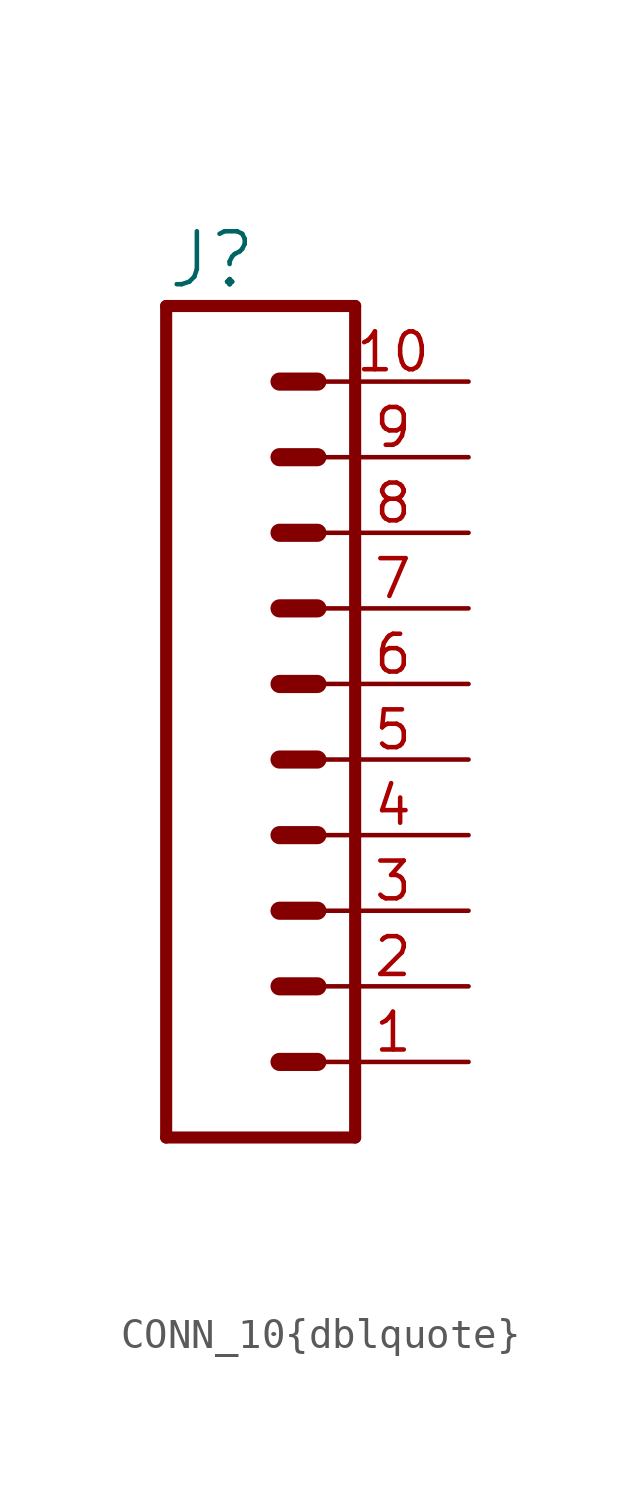
<source format=kicad_sym>
(kicad_symbol_lib
  (version 20231120)
  (generator "kicad_symbol_editor")
  (generator_version "8.0")
  (symbol "CONN_10{dblquote}"
    (property "Reference" "J"
      (at 0 8.128 0)
      (effects (font (size 1.778 1.778)) (justify left bottom)))
    (property "Value" ""
      (at 0 -22.606 0)
      (effects (font (size 1.778 1.778)) (justify left bottom)))
    (property "ki_locked" ""
      (at 0 0 0)
      (effects (font (size 1.27 1.27))))
    (symbol "CONN_10{dblquote}_1_0"
      (polyline (pts (xy 0 7.62) (xy 0 -20.32)) (stroke (width 0.406) (type solid)) (fill (type none)))
      (polyline (pts (xy 0 7.62) (xy 6.35 7.62)) (stroke (width 0.406) (type solid)) (fill (type none)))
      (polyline (pts (xy 3.81 -17.78) (xy 5.08 -17.78)) (stroke (width 0.61) (type solid)) (fill (type none)))
      (polyline (pts (xy 3.81 -15.24) (xy 5.08 -15.24)) (stroke (width 0.61) (type solid)) (fill (type none)))
      (polyline (pts (xy 3.81 -12.7) (xy 5.08 -12.7)) (stroke (width 0.61) (type solid)) (fill (type none)))
      (polyline (pts (xy 3.81 -10.16) (xy 5.08 -10.16)) (stroke (width 0.61) (type solid)) (fill (type none)))
      (polyline (pts (xy 3.81 -7.62) (xy 5.08 -7.62)) (stroke (width 0.61) (type solid)) (fill (type none)))
      (polyline (pts (xy 3.81 -5.08) (xy 5.08 -5.08)) (stroke (width 0.61) (type solid)) (fill (type none)))
      (polyline (pts (xy 3.81 -2.54) (xy 5.08 -2.54)) (stroke (width 0.61) (type solid)) (fill (type none)))
      (polyline (pts (xy 3.81 0) (xy 5.08 0)) (stroke (width 0.61) (type solid)) (fill (type none)))
      (polyline (pts (xy 3.81 2.54) (xy 5.08 2.54)) (stroke (width 0.61) (type solid)) (fill (type none)))
      (polyline (pts (xy 3.81 5.08) (xy 5.08 5.08)) (stroke (width 0.61) (type solid)) (fill (type none)))
      (polyline (pts (xy 6.35 -20.32) (xy 0 -20.32)) (stroke (width 0.406) (type solid)) (fill (type none)))
      (polyline (pts (xy 6.35 -20.32) (xy 6.35 7.62)) (stroke (width 0.406) (type solid)) (fill (type none)))
      (pin passive line (at 10.16 -17.78 180) (length 5.08) (name "1" (effects (font (size 0 0)))) (number "1" (effects (font (size 1.27 1.27)))))
      (pin passive line (at 10.16 5.08 180) (length 5.08) (name "10" (effects (font (size 0 0)))) (number "10" (effects (font (size 1.27 1.27)))))
      (pin passive line (at 10.16 -15.24 180) (length 5.08) (name "2" (effects (font (size 0 0)))) (number "2" (effects (font (size 1.27 1.27)))))
      (pin passive line (at 10.16 -12.7 180) (length 5.08) (name "3" (effects (font (size 0 0)))) (number "3" (effects (font (size 1.27 1.27)))))
      (pin passive line (at 10.16 -10.16 180) (length 5.08) (name "4" (effects (font (size 0 0)))) (number "4" (effects (font (size 1.27 1.27)))))
      (pin passive line (at 10.16 -7.62 180) (length 5.08) (name "5" (effects (font (size 0 0)))) (number "5" (effects (font (size 1.27 1.27)))))
      (pin passive line (at 10.16 -5.08 180) (length 5.08) (name "6" (effects (font (size 0 0)))) (number "6" (effects (font (size 1.27 1.27)))))
      (pin passive line (at 10.16 -2.54 180) (length 5.08) (name "7" (effects (font (size 0 0)))) (number "7" (effects (font (size 1.27 1.27)))))
      (pin passive line (at 10.16 0 180) (length 5.08) (name "8" (effects (font (size 0 0)))) (number "8" (effects (font (size 1.27 1.27)))))
      (pin passive line (at 10.16 2.54 180) (length 5.08) (name "9" (effects (font (size 0 0)))) (number "9" (effects (font (size 1.27 1.27))))))))
</source>
